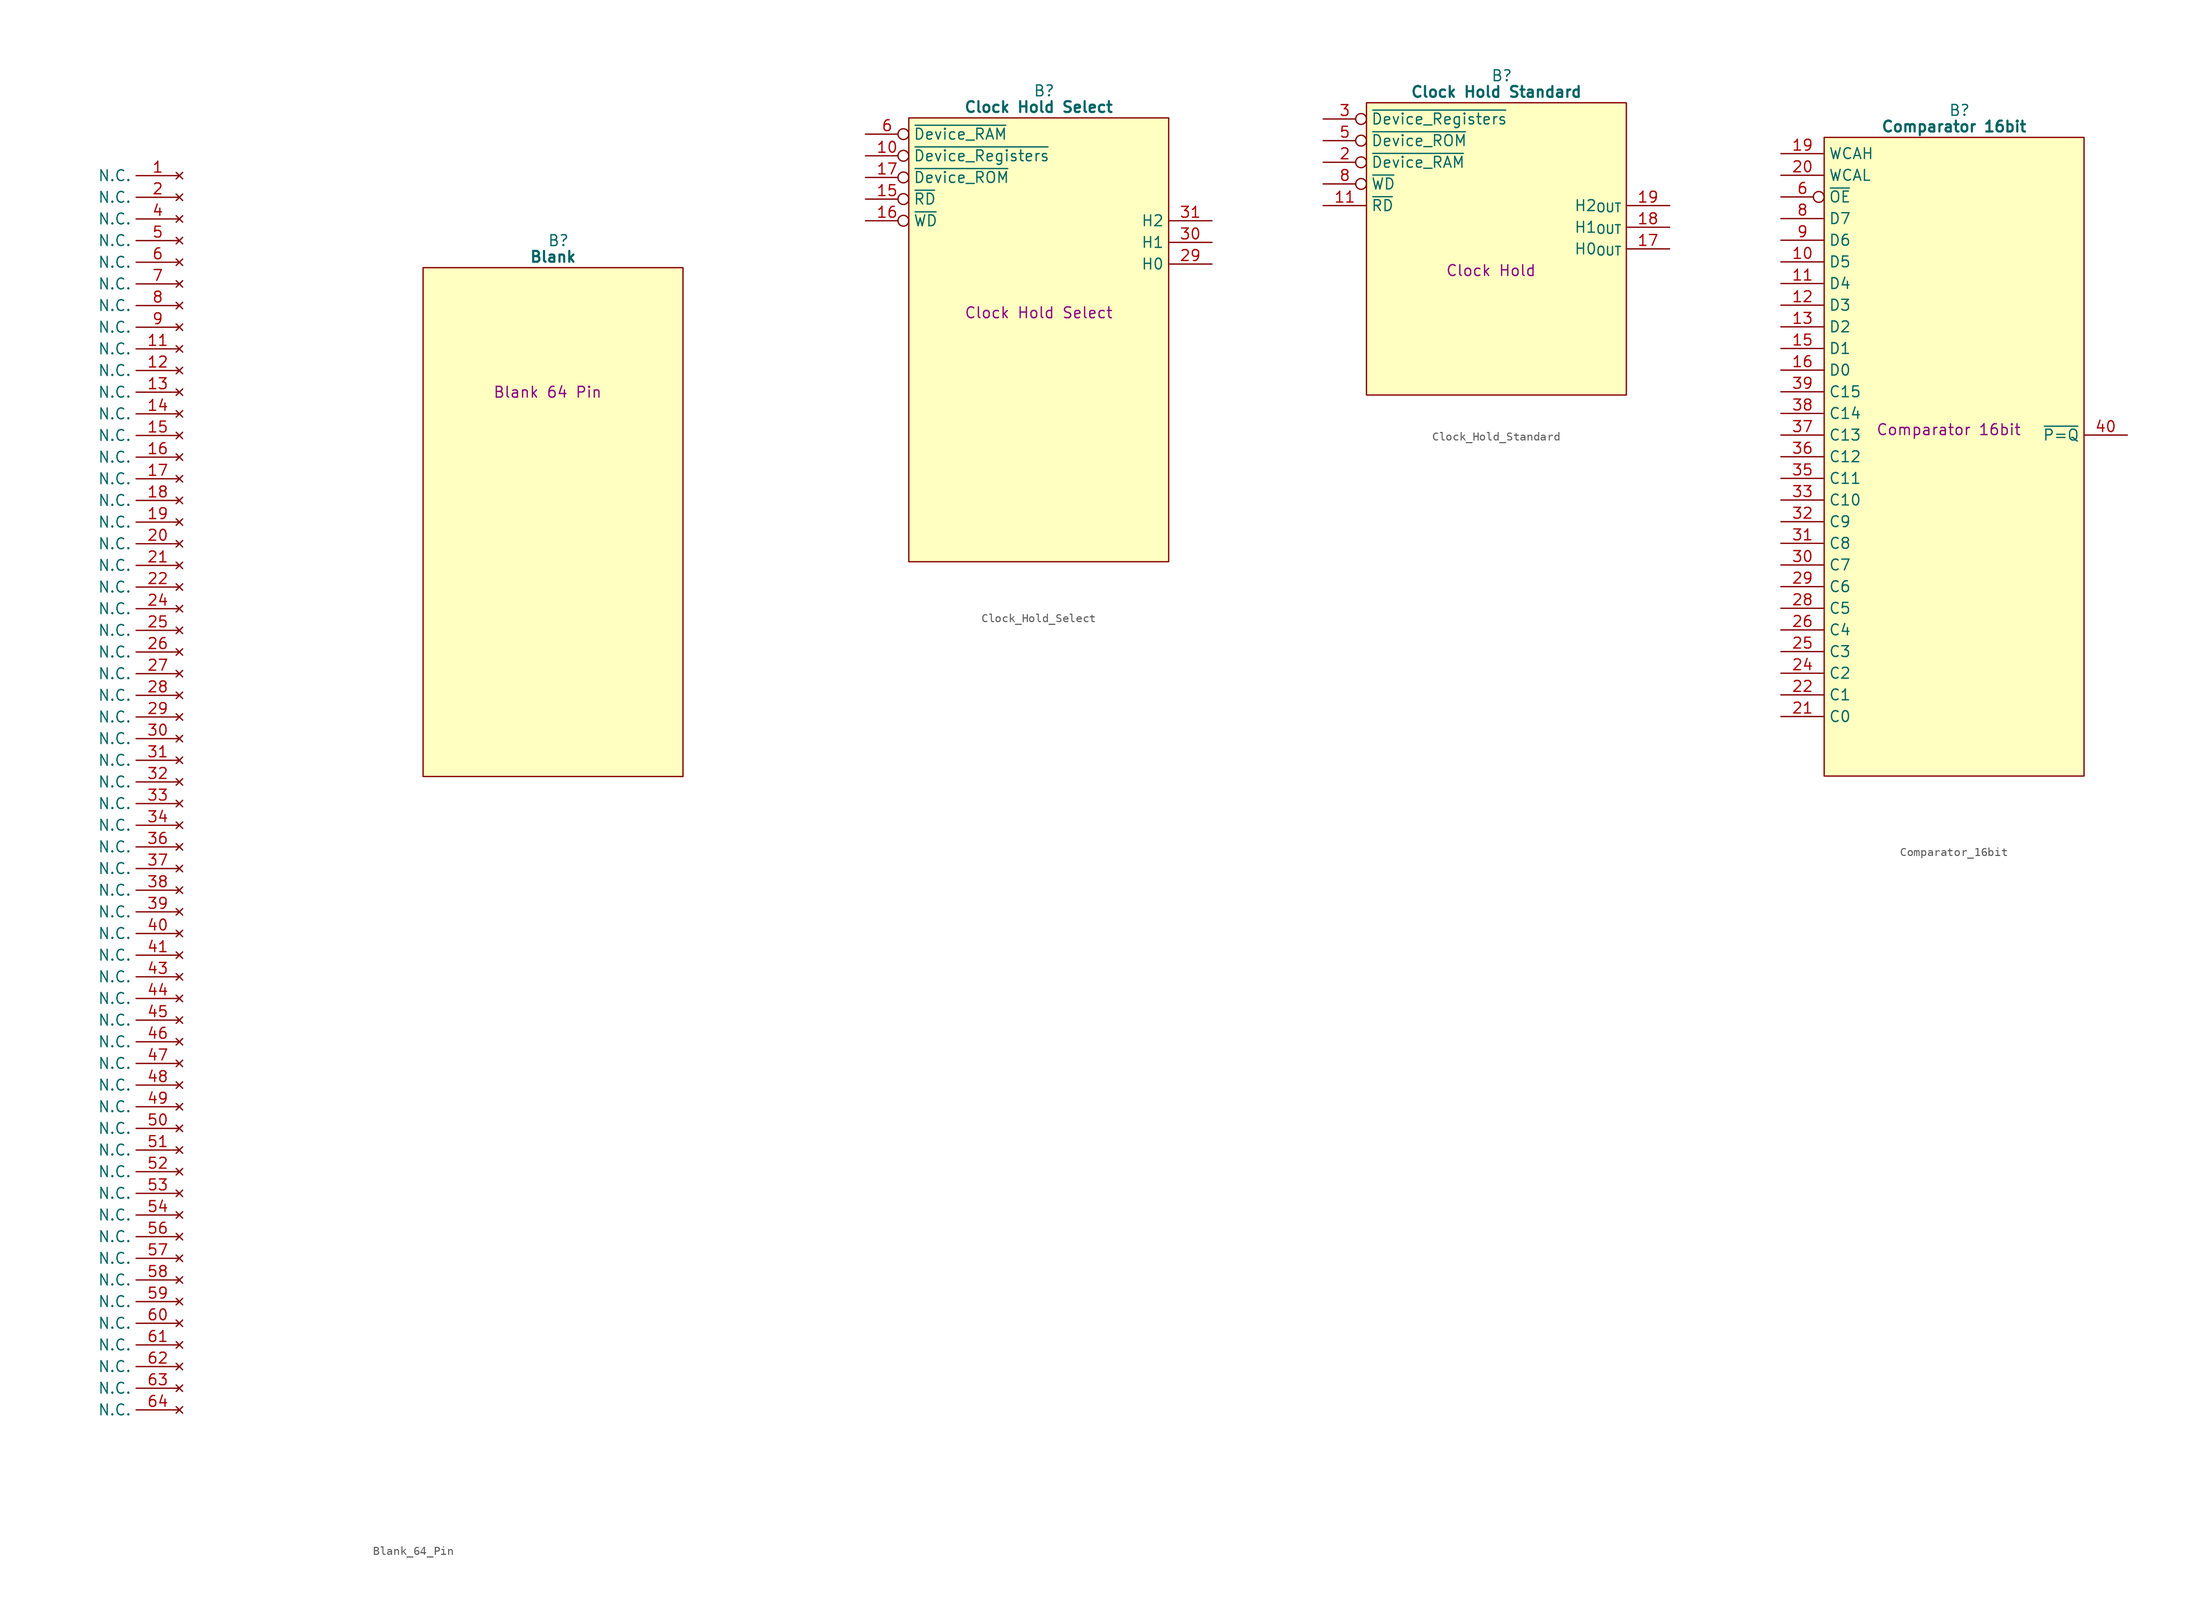
<source format=kicad_sym>
(kicad_symbol_lib
  (version 20220914)
  (generator kicad_symbol_editor)
  (symbol "Blank_64_Pin"
    (property "Reference" "B"
      (at 15.875 5.08 0)
      (effects (font (size 1.27 1.27))))
    (property "Value" "Blank"
      (at 15.24 3.175 0)
      (effects (font (size 1.27 1.27) bold)))
    (property "Description" "Blank 64 Pin"
      (at 14.605 -12.7 0)
      (effects (font (size 1.27 1.27))))
    (symbol "Blank_64_Pin_0_1"
      (polyline (pts (xy 0 1.905) (xy 30.48 1.905) (xy 30.48 -57.785) (xy 0 -57.785) (xy 0 1.905)) (stroke (width 0.152) (type default)) (fill (type background))))
    (symbol "Blank_64_Pin_1_0"
      (pin no_connect line (at -28.575 -58.42 180) (length 5.08) (name "N.C." (effects (font (size 1.27 1.27)))) (number "32" (effects (font (size 1.27 1.27)))))
      (pin no_connect line (at -28.575 -60.96 180) (length 5.08) (name "N.C." (effects (font (size 1.27 1.27)))) (number "33" (effects (font (size 1.27 1.27)))))
      (pin no_connect line (at -28.575 -63.5 180) (length 5.08) (name "N.C." (effects (font (size 1.27 1.27)))) (number "34" (effects (font (size 1.27 1.27)))))
      (pin no_connect line (at -28.575 -66.04 180) (length 5.08) (name "N.C." (effects (font (size 1.27 1.27)))) (number "36" (effects (font (size 1.27 1.27)))))
      (pin no_connect line (at -28.575 -68.58 180) (length 5.08) (name "N.C." (effects (font (size 1.27 1.27)))) (number "37" (effects (font (size 1.27 1.27)))))
      (pin no_connect line (at -28.575 -71.12 180) (length 5.08) (name "N.C." (effects (font (size 1.27 1.27)))) (number "38" (effects (font (size 1.27 1.27)))))
      (pin no_connect line (at -28.575 -73.66 180) (length 5.08) (name "N.C." (effects (font (size 1.27 1.27)))) (number "39" (effects (font (size 1.27 1.27)))))
      (pin no_connect line (at -28.575 -86.36 180) (length 5.08) (name "N.C." (effects (font (size 1.27 1.27)))) (number "45" (effects (font (size 1.27 1.27)))))
      (pin no_connect line (at -28.575 -109.22 180) (length 5.08) (name "N.C." (effects (font (size 1.27 1.27)))) (number "54" (effects (font (size 1.27 1.27)))))
      (pin no_connect line (at -28.575 -111.76 180) (length 5.08) (name "N.C." (effects (font (size 1.27 1.27)))) (number "56" (effects (font (size 1.27 1.27)))))
      (pin no_connect line (at -28.575 -114.3 180) (length 5.08) (name "N.C." (effects (font (size 1.27 1.27)))) (number "57" (effects (font (size 1.27 1.27)))))
      (pin no_connect line (at -28.575 -116.84 180) (length 5.08) (name "N.C." (effects (font (size 1.27 1.27)))) (number "58" (effects (font (size 1.27 1.27)))))
      (pin no_connect line (at -28.575 -119.38 180) (length 5.08) (name "N.C." (effects (font (size 1.27 1.27)))) (number "59" (effects (font (size 1.27 1.27)))))
      (pin no_connect line (at -28.575 -121.92 180) (length 5.08) (name "N.C." (effects (font (size 1.27 1.27)))) (number "60" (effects (font (size 1.27 1.27)))))
      (pin no_connect line (at -28.575 -124.46 180) (length 5.08) (name "N.C." (effects (font (size 1.27 1.27)))) (number "61" (effects (font (size 1.27 1.27))))))
    (symbol "Blank_64_Pin_1_1"
      (pin no_connect line (at -28.575 12.7 180) (length 5.08) (name "N.C." (effects (font (size 1.27 1.27)))) (number "1" (effects (font (size 1.27 1.27)))))
      (pin passive line (at 35.56 0 180) (length 5.08) hide (name "GND" (effects (font (size 1.27 1.27)))) (number "10" (effects (font (size 1.27 1.27)))))
      (pin no_connect line (at -28.575 -7.62 180) (length 5.08) (name "N.C." (effects (font (size 1.27 1.27)))) (number "11" (effects (font (size 1.27 1.27)))))
      (pin no_connect line (at -28.575 -10.16 180) (length 5.08) (name "N.C." (effects (font (size 1.27 1.27)))) (number "12" (effects (font (size 1.27 1.27)))))
      (pin no_connect line (at -28.575 -12.7 180) (length 5.08) (name "N.C." (effects (font (size 1.27 1.27)))) (number "13" (effects (font (size 1.27 1.27)))))
      (pin no_connect line (at -28.575 -15.24 180) (length 5.08) (name "N.C." (effects (font (size 1.27 1.27)))) (number "14" (effects (font (size 1.27 1.27)))))
      (pin no_connect line (at -28.575 -17.78 180) (length 5.08) (name "N.C." (effects (font (size 1.27 1.27)))) (number "15" (effects (font (size 1.27 1.27)))))
      (pin no_connect line (at -28.575 -20.32 180) (length 5.08) (name "N.C." (effects (font (size 1.27 1.27)))) (number "16" (effects (font (size 1.27 1.27)))))
      (pin no_connect line (at -28.575 -22.86 180) (length 5.08) (name "N.C." (effects (font (size 1.27 1.27)))) (number "17" (effects (font (size 1.27 1.27)))))
      (pin no_connect line (at -28.575 -25.4 180) (length 5.08) (name "N.C." (effects (font (size 1.27 1.27)))) (number "18" (effects (font (size 1.27 1.27)))))
      (pin no_connect line (at -28.575 -27.94 180) (length 5.08) (name "N.C." (effects (font (size 1.27 1.27)))) (number "19" (effects (font (size 1.27 1.27)))))
      (pin no_connect line (at -28.575 10.16 180) (length 5.08) (name "N.C." (effects (font (size 1.27 1.27)))) (number "2" (effects (font (size 1.27 1.27)))))
      (pin no_connect line (at -28.575 -30.48 180) (length 5.08) (name "N.C." (effects (font (size 1.27 1.27)))) (number "20" (effects (font (size 1.27 1.27)))))
      (pin no_connect line (at -28.575 -33.02 180) (length 5.08) (name "N.C." (effects (font (size 1.27 1.27)))) (number "21" (effects (font (size 1.27 1.27)))))
      (pin no_connect line (at -28.575 -35.56 180) (length 5.08) (name "N.C." (effects (font (size 1.27 1.27)))) (number "22" (effects (font (size 1.27 1.27)))))
      (pin passive line (at 35.56 -2.54 180) (length 5.08) hide (name "GND" (effects (font (size 1.27 1.27)))) (number "23" (effects (font (size 1.27 1.27)))))
      (pin no_connect line (at -28.575 -38.1 180) (length 5.08) (name "N.C." (effects (font (size 1.27 1.27)))) (number "24" (effects (font (size 1.27 1.27)))))
      (pin no_connect line (at -28.575 -40.64 180) (length 5.08) (name "N.C." (effects (font (size 1.27 1.27)))) (number "25" (effects (font (size 1.27 1.27)))))
      (pin no_connect line (at -28.575 -43.18 180) (length 5.08) (name "N.C." (effects (font (size 1.27 1.27)))) (number "26" (effects (font (size 1.27 1.27)))))
      (pin no_connect line (at -28.575 -45.72 180) (length 5.08) (name "N.C." (effects (font (size 1.27 1.27)))) (number "27" (effects (font (size 1.27 1.27)))))
      (pin no_connect line (at -28.575 -48.26 180) (length 5.08) (name "N.C." (effects (font (size 1.27 1.27)))) (number "28" (effects (font (size 1.27 1.27)))))
      (pin no_connect line (at -28.575 -50.8 180) (length 5.08) (name "N.C." (effects (font (size 1.27 1.27)))) (number "29" (effects (font (size 1.27 1.27)))))
      (pin passive line (at -5.08 -53.34 0) (length 5.08) hide (name "5V" (effects (font (size 1.27 1.27)))) (number "3" (effects (font (size 1.27 1.27)))))
      (pin no_connect line (at -28.575 -53.34 180) (length 5.08) (name "N.C." (effects (font (size 1.27 1.27)))) (number "30" (effects (font (size 1.27 1.27)))))
      (pin no_connect line (at -28.575 -55.88 180) (length 5.08) (name "N.C." (effects (font (size 1.27 1.27)))) (number "31" (effects (font (size 1.27 1.27)))))
      (pin passive line (at -5.08 -55.88 0) (length 5.08) hide (name "5V" (effects (font (size 1.27 1.27)))) (number "35" (effects (font (size 1.27 1.27)))))
      (pin no_connect line (at -28.575 7.62 180) (length 5.08) (name "N.C." (effects (font (size 1.27 1.27)))) (number "4" (effects (font (size 1.27 1.27)))))
      (pin no_connect line (at -28.575 -76.2 180) (length 5.08) (name "N.C." (effects (font (size 1.27 1.27)))) (number "40" (effects (font (size 1.27 1.27)))))
      (pin no_connect line (at -28.575 -78.74 180) (length 5.08) (name "N.C." (effects (font (size 1.27 1.27)))) (number "41" (effects (font (size 1.27 1.27)))))
      (pin passive line (at 35.56 -5.08 180) (length 5.08) hide (name "GND" (effects (font (size 1.27 1.27)))) (number "42" (effects (font (size 1.27 1.27)))))
      (pin no_connect line (at -28.575 -81.28 180) (length 5.08) (name "N.C." (effects (font (size 1.27 1.27)))) (number "43" (effects (font (size 1.27 1.27)))))
      (pin no_connect line (at -28.575 -83.82 180) (length 5.08) (name "N.C." (effects (font (size 1.27 1.27)))) (number "44" (effects (font (size 1.27 1.27)))))
      (pin no_connect line (at -28.575 -88.9 180) (length 5.08) (name "N.C." (effects (font (size 1.27 1.27)))) (number "46" (effects (font (size 1.27 1.27)))))
      (pin no_connect line (at -28.575 -91.44 180) (length 5.08) (name "N.C." (effects (font (size 1.27 1.27)))) (number "47" (effects (font (size 1.27 1.27)))))
      (pin no_connect line (at -28.575 -93.98 180) (length 5.08) (name "N.C." (effects (font (size 1.27 1.27)))) (number "48" (effects (font (size 1.27 1.27)))))
      (pin no_connect line (at -28.575 -96.52 180) (length 5.08) (name "N.C." (effects (font (size 1.27 1.27)))) (number "49" (effects (font (size 1.27 1.27)))))
      (pin no_connect line (at -28.575 5.08 180) (length 5.08) (name "N.C." (effects (font (size 1.27 1.27)))) (number "5" (effects (font (size 1.27 1.27)))))
      (pin no_connect line (at -28.575 -99.06 180) (length 5.08) (name "N.C." (effects (font (size 1.27 1.27)))) (number "50" (effects (font (size 1.27 1.27)))))
      (pin no_connect line (at -28.575 -101.6 180) (length 5.08) (name "N.C." (effects (font (size 1.27 1.27)))) (number "51" (effects (font (size 1.27 1.27)))))
      (pin no_connect line (at -28.575 -104.14 180) (length 5.08) (name "N.C." (effects (font (size 1.27 1.27)))) (number "52" (effects (font (size 1.27 1.27)))))
      (pin no_connect line (at -28.575 -106.68 180) (length 5.08) (name "N.C." (effects (font (size 1.27 1.27)))) (number "53" (effects (font (size 1.27 1.27)))))
      (pin passive line (at 35.56 -7.62 180) (length 5.08) hide (name "GND" (effects (font (size 1.27 1.27)))) (number "55" (effects (font (size 1.27 1.27)))))
      (pin no_connect line (at -28.575 2.54 180) (length 5.08) (name "N.C." (effects (font (size 1.27 1.27)))) (number "6" (effects (font (size 1.27 1.27)))))
      (pin no_connect line (at -28.575 -127 180) (length 5.08) (name "N.C." (effects (font (size 1.27 1.27)))) (number "62" (effects (font (size 1.27 1.27)))))
      (pin no_connect line (at -28.575 -129.54 180) (length 5.08) (name "N.C." (effects (font (size 1.27 1.27)))) (number "63" (effects (font (size 1.27 1.27)))))
      (pin no_connect line (at -28.575 -132.08 180) (length 5.08) (name "N.C." (effects (font (size 1.27 1.27)))) (number "64" (effects (font (size 1.27 1.27)))))
      (pin no_connect line (at -28.575 0 180) (length 5.08) (name "N.C." (effects (font (size 1.27 1.27)))) (number "7" (effects (font (size 1.27 1.27)))))
      (pin no_connect line (at -28.575 -2.54 180) (length 5.08) (name "N.C." (effects (font (size 1.27 1.27)))) (number "8" (effects (font (size 1.27 1.27)))))
      (pin no_connect line (at -28.575 -5.08 180) (length 5.08) (name "N.C." (effects (font (size 1.27 1.27)))) (number "9" (effects (font (size 1.27 1.27)))))))
  (symbol "Clock_Hold_Select"
    (property "Reference" "B"
      (at 15.875 5.08 0)
      (effects (font (size 1.27 1.27))))
    (property "Value" "Clock Hold Select"
      (at 15.24 3.175 0)
      (effects (font (size 1.27 1.27) bold)))
    (property "Description" "Clock Hold Select"
      (at 15.24 -20.955 0)
      (effects (font (size 1.27 1.27))))
    (symbol "Clock_Hold_Select_0_1"
      (polyline (pts (xy 0 1.905) (xy 30.48 1.905) (xy 30.48 -50.165) (xy 0 -50.165) (xy 0 1.905)) (stroke (width 0.152) (type default)) (fill (type background))))
    (symbol "Clock_Hold_Select_1_0"
      (pin no_connect line (at 35.56 -30.48 180) (length 5.08) hide (name "N.C." (effects (font (size 1.27 1.27)))) (number "32" (effects (font (size 1.27 1.27)))))
      (pin no_connect line (at 35.56 -33.02 180) (length 5.08) hide (name "N.C." (effects (font (size 1.27 1.27)))) (number "33" (effects (font (size 1.27 1.27)))))
      (pin passive line (at 35.56 -7.62 180) (length 5.08) hide (name "GND" (effects (font (size 1.27 1.27)))) (number "34" (effects (font (size 1.27 1.27)))))
      (pin no_connect line (at 35.56 -35.56 180) (length 5.08) hide (name "N.C." (effects (font (size 1.27 1.27)))) (number "35" (effects (font (size 1.27 1.27)))))
      (pin no_connect inverted (at 35.56 -38.1 180) (length 5.08) hide (name "N.C." (effects (font (size 1.27 1.27)))) (number "36" (effects (font (size 1.27 1.27)))))
      (pin no_connect line (at 35.56 -40.64 180) (length 5.08) hide (name "N.C." (effects (font (size 1.27 1.27)))) (number "37" (effects (font (size 1.27 1.27)))))
      (pin no_connect line (at 35.56 -43.18 180) (length 5.08) hide (name "N.C." (effects (font (size 1.27 1.27)))) (number "38" (effects (font (size 1.27 1.27)))))
      (pin no_connect line (at 35.56 -45.72 180) (length 5.08) hide (name "N.C." (effects (font (size 1.27 1.27)))) (number "39" (effects (font (size 1.27 1.27))))))
    (symbol "Clock_Hold_Select_1_1"
      (pin no_connect line (at -5.08 -12.7 0) (length 5.08) hide (name "N.C." (effects (font (size 1.27 1.27)))) (number "1" (effects (font (size 1.27 1.27)))))
      (pin input inverted (at -5.08 -2.54 0) (length 5.08) (name "~{Device_Registers}" (effects (font (size 1.27 1.27)))) (number "10" (effects (font (size 1.27 1.27)))))
      (pin no_connect line (at -5.08 -27.94 0) (length 5.08) hide (name "N.C." (effects (font (size 1.27 1.27)))) (number "11" (effects (font (size 1.27 1.27)))))
      (pin no_connect line (at -5.08 -30.48 0) (length 5.08) hide (name "N.C." (effects (font (size 1.27 1.27)))) (number "12" (effects (font (size 1.27 1.27)))))
      (pin no_connect line (at -5.08 -33.02 0) (length 5.08) hide (name "N.C." (effects (font (size 1.27 1.27)))) (number "13" (effects (font (size 1.27 1.27)))))
      (pin passive line (at 35.56 -2.54 180) (length 5.08) hide (name "GND" (effects (font (size 1.27 1.27)))) (number "14" (effects (font (size 1.27 1.27)))))
      (pin input inverted (at -5.08 -7.62 0) (length 5.08) (name "~{RD}" (effects (font (size 1.27 1.27)))) (number "15" (effects (font (size 1.27 1.27)))))
      (pin input inverted (at -5.08 -10.16 0) (length 5.08) (name "~{WD}" (effects (font (size 1.27 1.27)))) (number "16" (effects (font (size 1.27 1.27)))))
      (pin input inverted (at -5.08 -5.08 0) (length 5.08) (name "~{Device_ROM}" (effects (font (size 1.27 1.27)))) (number "17" (effects (font (size 1.27 1.27)))))
      (pin no_connect line (at -5.08 -35.56 0) (length 5.08) hide (name "N.C." (effects (font (size 1.27 1.27)))) (number "18" (effects (font (size 1.27 1.27)))))
      (pin no_connect line (at -5.08 -38.1 0) (length 5.08) hide (name "N.C." (effects (font (size 1.27 1.27)))) (number "19" (effects (font (size 1.27 1.27)))))
      (pin no_connect line (at -5.08 -15.24 0) (length 5.08) hide (name "N.C." (effects (font (size 1.27 1.27)))) (number "2" (effects (font (size 1.27 1.27)))))
      (pin no_connect line (at -5.08 -40.64 0) (length 5.08) hide (name "N.C." (effects (font (size 1.27 1.27)))) (number "20" (effects (font (size 1.27 1.27)))))
      (pin no_connect line (at -5.08 -43.18 0) (length 5.08) hide (name "N.C." (effects (font (size 1.27 1.27)))) (number "21" (effects (font (size 1.27 1.27)))))
      (pin no_connect line (at 35.56 -17.78 180) (length 5.08) hide (name "N.C." (effects (font (size 1.27 1.27)))) (number "22" (effects (font (size 1.27 1.27)))))
      (pin passive line (at -5.08 -48.26 0) (length 5.08) hide (name "5V" (effects (font (size 1.27 1.27)))) (number "23" (effects (font (size 1.27 1.27)))))
      (pin no_connect line (at 35.56 -20.32 180) (length 5.08) hide (name "N.C." (effects (font (size 1.27 1.27)))) (number "24" (effects (font (size 1.27 1.27)))))
      (pin no_connect line (at 35.56 -22.86 180) (length 5.08) hide (name "N.C." (effects (font (size 1.27 1.27)))) (number "25" (effects (font (size 1.27 1.27)))))
      (pin no_connect line (at 35.56 -25.4 180) (length 5.08) hide (name "N.C." (effects (font (size 1.27 1.27)))) (number "26" (effects (font (size 1.27 1.27)))))
      (pin passive line (at 35.56 -5.08 180) (length 5.08) hide (name "GND" (effects (font (size 1.27 1.27)))) (number "27" (effects (font (size 1.27 1.27)))))
      (pin no_connect line (at 35.56 -27.94 180) (length 5.08) hide (name "N.C." (effects (font (size 1.27 1.27)))) (number "28" (effects (font (size 1.27 1.27)))))
      (pin output line (at 35.56 -15.24 180) (length 5.08) (name "H0" (effects (font (size 1.27 1.27)))) (number "29" (effects (font (size 1.27 1.27)))))
      (pin passive line (at -5.08 -45.72 0) (length 5.08) hide (name "5V" (effects (font (size 1.27 1.27)))) (number "3" (effects (font (size 1.27 1.27)))))
      (pin output line (at 35.56 -12.7 180) (length 5.08) (name "H1" (effects (font (size 1.27 1.27)))) (number "30" (effects (font (size 1.27 1.27)))))
      (pin output line (at 35.56 -10.16 180) (length 5.08) (name "H2" (effects (font (size 1.27 1.27)))) (number "31" (effects (font (size 1.27 1.27)))))
      (pin no_connect line (at -5.08 -17.78 0) (length 5.08) hide (name "N.C." (effects (font (size 1.27 1.27)))) (number "4" (effects (font (size 1.27 1.27)))))
      (pin no_connect line (at 35.56 -48.26 180) (length 5.08) hide (name "N.C." (effects (font (size 1.27 1.27)))) (number "40" (effects (font (size 1.27 1.27)))))
      (pin no_connect inverted (at -5.08 -20.32 0) (length 5.08) hide (name "N.C." (effects (font (size 1.27 1.27)))) (number "5" (effects (font (size 1.27 1.27)))))
      (pin input inverted (at -5.08 0 0) (length 5.08) (name "~{Device_RAM}" (effects (font (size 1.27 1.27)))) (number "6" (effects (font (size 1.27 1.27)))))
      (pin passive line (at 35.56 0 180) (length 5.08) hide (name "GND" (effects (font (size 1.27 1.27)))) (number "7" (effects (font (size 1.27 1.27)))))
      (pin no_connect line (at -5.08 -22.86 0) (length 5.08) hide (name "N.C." (effects (font (size 1.27 1.27)))) (number "8" (effects (font (size 1.27 1.27)))))
      (pin no_connect line (at -5.08 -25.4 0) (length 5.08) hide (name "N.C." (effects (font (size 1.27 1.27)))) (number "9" (effects (font (size 1.27 1.27)))))))
  (symbol "Clock_Hold_Standard"
    (property "Reference" "B"
      (at 15.875 5.08 0)
      (effects (font (size 1.27 1.27))))
    (property "Value" "Clock Hold Standard"
      (at 15.24 3.175 0)
      (effects (font (size 1.27 1.27) bold)))
    (property "Description" "Clock Hold"
      (at 14.605 -17.78 0)
      (effects (font (size 1.27 1.27))))
    (symbol "Clock_Hold_Standard_0_1"
      (polyline (pts (xy 0 1.905) (xy 30.48 1.905) (xy 30.48 -32.385) (xy 0 -32.385) (xy 0 1.905)) (stroke (width 0.152) (type default)) (fill (type background))))
    (symbol "Clock_Hold_Standard_1_1"
      (pin passive line (at -5.08 -27.94 0) (length 5.08) hide (name "5V" (effects (font (size 1.27 1.27)))) (number "1" (effects (font (size 1.27 1.27)))))
      (pin no_connect clock (at -5.08 -15.24 0) (length 5.08) hide (name "N.C." (effects (font (size 1.27 1.27)))) (number "10" (effects (font (size 1.27 1.27)))))
      (pin input line (at -5.08 -10.16 0) (length 5.08) (name "~{RD}" (effects (font (size 1.27 1.27)))) (number "11" (effects (font (size 1.27 1.27)))))
      (pin no_connect line (at -5.08 -17.78 0) (length 5.08) hide (name "N.C." (effects (font (size 1.27 1.27)))) (number "12" (effects (font (size 1.27 1.27)))))
      (pin passive line (at -5.08 -30.48 0) (length 5.08) hide (name "5V" (effects (font (size 1.27 1.27)))) (number "13" (effects (font (size 1.27 1.27)))))
      (pin no_connect line (at -5.08 -20.32 0) (length 5.08) hide (name "N.C." (effects (font (size 1.27 1.27)))) (number "14" (effects (font (size 1.27 1.27)))))
      (pin no_connect line (at 35.56 -30.48 180) (length 5.08) hide (name "N.C." (effects (font (size 1.27 1.27)))) (number "15" (effects (font (size 1.27 1.27)))))
      (pin passive line (at 35.56 -5.08 180) (length 5.08) hide (name "GND" (effects (font (size 1.27 1.27)))) (number "16" (effects (font (size 1.27 1.27)))))
      (pin output line (at 35.56 -15.24 180) (length 5.08) (name "H0_{OUT}" (effects (font (size 1.27 1.27)))) (number "17" (effects (font (size 1.27 1.27)))))
      (pin output line (at 35.56 -12.7 180) (length 5.08) (name "H1_{OUT}" (effects (font (size 1.27 1.27)))) (number "18" (effects (font (size 1.27 1.27)))))
      (pin output line (at 35.56 -10.16 180) (length 5.08) (name "H2_{OUT}" (effects (font (size 1.27 1.27)))) (number "19" (effects (font (size 1.27 1.27)))))
      (pin input inverted (at -5.08 -5.08 0) (length 5.08) (name "~{Device_RAM}" (effects (font (size 1.27 1.27)))) (number "2" (effects (font (size 1.27 1.27)))))
      (pin no_connect line (at 35.56 -22.86 180) (length 5.08) hide (name "N.C." (effects (font (size 1.27 1.27)))) (number "20" (effects (font (size 1.27 1.27)))))
      (pin passive line (at 35.56 -7.62 180) (length 5.08) hide (name "GND" (effects (font (size 1.27 1.27)))) (number "21" (effects (font (size 1.27 1.27)))))
      (pin no_connect line (at -5.08 -22.86 0) (length 5.08) hide (name "N.C." (effects (font (size 1.27 1.27)))) (number "22" (effects (font (size 1.27 1.27)))))
      (pin no_connect line (at 35.56 -27.94 180) (length 5.08) hide (name "N.C." (effects (font (size 1.27 1.27)))) (number "23" (effects (font (size 1.27 1.27)))))
      (pin no_connect line (at 35.56 -25.4 180) (length 5.08) hide (name "N.C." (effects (font (size 1.27 1.27)))) (number "24" (effects (font (size 1.27 1.27)))))
      (pin input inverted (at -5.08 0 0) (length 5.08) (name "~{Device_Registers}" (effects (font (size 1.27 1.27)))) (number "3" (effects (font (size 1.27 1.27)))))
      (pin passive line (at 35.56 0 180) (length 5.08) hide (name "GND" (effects (font (size 1.27 1.27)))) (number "4" (effects (font (size 1.27 1.27)))))
      (pin input inverted (at -5.08 -2.54 0) (length 5.08) (name "~{Device_ROM}" (effects (font (size 1.27 1.27)))) (number "5" (effects (font (size 1.27 1.27)))))
      (pin no_connect line (at -5.08 -12.7 0) (length 5.08) hide (name "N.C." (effects (font (size 1.27 1.27)))) (number "6" (effects (font (size 1.27 1.27)))))
      (pin no_connect line (at 35.56 -20.32 180) (length 5.08) hide (name "N.C." (effects (font (size 1.27 1.27)))) (number "7" (effects (font (size 1.27 1.27)))))
      (pin input inverted (at -5.08 -7.62 0) (length 5.08) (name "~{WD}" (effects (font (size 1.27 1.27)))) (number "8" (effects (font (size 1.27 1.27)))))
      (pin passive line (at 35.56 -2.54 180) (length 5.08) hide (name "GND" (effects (font (size 1.27 1.27)))) (number "9" (effects (font (size 1.27 1.27)))))))
  (symbol "Comparator_16bit"
    (property "Reference" "B"
      (at 15.875 5.08 0)
      (effects (font (size 1.27 1.27))))
    (property "Value" "Comparator 16bit"
      (at 15.24 3.175 0)
      (effects (font (size 1.27 1.27) bold)))
    (property "Description" "Comparator 16bit"
      (at 14.605 -32.385 0)
      (effects (font (size 1.27 1.27))))
    (symbol "Comparator_16bit_0_1"
      (polyline (pts (xy 0 1.905) (xy 30.48 1.905) (xy 30.48 -73.025) (xy 0 -73.025) (xy 0 1.905)) (stroke (width 0.152) (type default)) (fill (type background))))
    (symbol "Comparator_16bit_1_0"
      (pin input line (at -5.08 -43.18 0) (length 5.08) (name "C9" (effects (font (size 1.27 1.27)))) (number "32" (effects (font (size 1.27 1.27)))))
      (pin input line (at -5.08 -40.64 0) (length 5.08) (name "C10" (effects (font (size 1.27 1.27)))) (number "33" (effects (font (size 1.27 1.27)))))
      (pin passive line (at 35.56 -7.62 180) (length 5.08) hide (name "GND" (effects (font (size 1.27 1.27)))) (number "34" (effects (font (size 1.27 1.27)))))
      (pin input line (at -5.08 -38.1 0) (length 5.08) (name "C11" (effects (font (size 1.27 1.27)))) (number "35" (effects (font (size 1.27 1.27)))))
      (pin input line (at -5.08 -35.56 0) (length 5.08) (name "C12" (effects (font (size 1.27 1.27)))) (number "36" (effects (font (size 1.27 1.27)))))
      (pin input line (at -5.08 -33.02 0) (length 5.08) (name "C13" (effects (font (size 1.27 1.27)))) (number "37" (effects (font (size 1.27 1.27)))))
      (pin input line (at -5.08 -30.48 0) (length 5.08) (name "C14" (effects (font (size 1.27 1.27)))) (number "38" (effects (font (size 1.27 1.27)))))
      (pin input line (at -5.08 -27.94 0) (length 5.08) (name "C15" (effects (font (size 1.27 1.27)))) (number "39" (effects (font (size 1.27 1.27))))))
    (symbol "Comparator_16bit_1_1"
      (pin no_connect line (at 35.56 -10.16 180) (length 5.08) hide (name "N.C." (effects (font (size 1.27 1.27)))) (number "1" (effects (font (size 1.27 1.27)))))
      (pin input line (at -5.08 -12.7 0) (length 5.08) (name "D5" (effects (font (size 1.27 1.27)))) (number "10" (effects (font (size 1.27 1.27)))))
      (pin input line (at -5.08 -15.24 0) (length 5.08) (name "D4" (effects (font (size 1.27 1.27)))) (number "11" (effects (font (size 1.27 1.27)))))
      (pin input line (at -5.08 -17.78 0) (length 5.08) (name "D3" (effects (font (size 1.27 1.27)))) (number "12" (effects (font (size 1.27 1.27)))))
      (pin input line (at -5.08 -20.32 0) (length 5.08) (name "D2" (effects (font (size 1.27 1.27)))) (number "13" (effects (font (size 1.27 1.27)))))
      (pin passive line (at 35.56 -2.54 180) (length 5.08) hide (name "GND" (effects (font (size 1.27 1.27)))) (number "14" (effects (font (size 1.27 1.27)))))
      (pin input line (at -5.08 -22.86 0) (length 5.08) (name "D1" (effects (font (size 1.27 1.27)))) (number "15" (effects (font (size 1.27 1.27)))))
      (pin input line (at -5.08 -25.4 0) (length 5.08) (name "D0" (effects (font (size 1.27 1.27)))) (number "16" (effects (font (size 1.27 1.27)))))
      (pin no_connect line (at 35.56 -20.32 180) (length 5.08) hide (name "N.C." (effects (font (size 1.27 1.27)))) (number "17" (effects (font (size 1.27 1.27)))))
      (pin no_connect line (at 35.56 -22.86 180) (length 5.08) hide (name "N.C." (effects (font (size 1.27 1.27)))) (number "18" (effects (font (size 1.27 1.27)))))
      (pin input line (at -5.08 0 0) (length 5.08) (name "WCAH" (effects (font (size 1.27 1.27)))) (number "19" (effects (font (size 1.27 1.27)))))
      (pin no_connect line (at 35.56 -12.7 180) (length 5.08) hide (name "N.C." (effects (font (size 1.27 1.27)))) (number "2" (effects (font (size 1.27 1.27)))))
      (pin input line (at -5.08 -2.54 0) (length 5.08) (name "WCAL" (effects (font (size 1.27 1.27)))) (number "20" (effects (font (size 1.27 1.27)))))
      (pin input line (at -5.08 -66.04 0) (length 5.08) (name "C0" (effects (font (size 1.27 1.27)))) (number "21" (effects (font (size 1.27 1.27)))))
      (pin input line (at -5.08 -63.5 0) (length 5.08) (name "C1" (effects (font (size 1.27 1.27)))) (number "22" (effects (font (size 1.27 1.27)))))
      (pin passive line (at -5.08 -71.12 0) (length 5.08) hide (name "5V" (effects (font (size 1.27 1.27)))) (number "23" (effects (font (size 1.27 1.27)))))
      (pin input line (at -5.08 -60.96 0) (length 5.08) (name "C2" (effects (font (size 1.27 1.27)))) (number "24" (effects (font (size 1.27 1.27)))))
      (pin input line (at -5.08 -58.42 0) (length 5.08) (name "C3" (effects (font (size 1.27 1.27)))) (number "25" (effects (font (size 1.27 1.27)))))
      (pin input line (at -5.08 -55.88 0) (length 5.08) (name "C4" (effects (font (size 1.27 1.27)))) (number "26" (effects (font (size 1.27 1.27)))))
      (pin passive line (at 35.56 -5.08 180) (length 5.08) hide (name "GND" (effects (font (size 1.27 1.27)))) (number "27" (effects (font (size 1.27 1.27)))))
      (pin input line (at -5.08 -53.34 0) (length 5.08) (name "C5" (effects (font (size 1.27 1.27)))) (number "28" (effects (font (size 1.27 1.27)))))
      (pin input line (at -5.08 -50.8 0) (length 5.08) (name "C6" (effects (font (size 1.27 1.27)))) (number "29" (effects (font (size 1.27 1.27)))))
      (pin passive line (at -5.08 -68.58 0) (length 5.08) hide (name "5V" (effects (font (size 1.27 1.27)))) (number "3" (effects (font (size 1.27 1.27)))))
      (pin input line (at -5.08 -48.26 0) (length 5.08) (name "C7" (effects (font (size 1.27 1.27)))) (number "30" (effects (font (size 1.27 1.27)))))
      (pin input line (at -5.08 -45.72 0) (length 5.08) (name "C8" (effects (font (size 1.27 1.27)))) (number "31" (effects (font (size 1.27 1.27)))))
      (pin no_connect line (at 35.56 -15.24 180) (length 5.08) hide (name "N.C." (effects (font (size 1.27 1.27)))) (number "4" (effects (font (size 1.27 1.27)))))
      (pin output line (at 35.56 -33.02 180) (length 5.08) (name "~{P=Q}" (effects (font (size 1.27 1.27)))) (number "40" (effects (font (size 1.27 1.27)))))
      (pin no_connect line (at 35.56 -17.78 180) (length 5.08) hide (name "N.C." (effects (font (size 1.27 1.27)))) (number "5" (effects (font (size 1.27 1.27)))))
      (pin input inverted (at -5.08 -5.08 0) (length 5.08) (name "~{OE}" (effects (font (size 1.27 1.27)))) (number "6" (effects (font (size 1.27 1.27)))))
      (pin passive line (at 35.56 0 180) (length 5.08) hide (name "GND" (effects (font (size 1.27 1.27)))) (number "7" (effects (font (size 1.27 1.27)))))
      (pin input line (at -5.08 -7.62 0) (length 5.08) (name "D7" (effects (font (size 1.27 1.27)))) (number "8" (effects (font (size 1.27 1.27)))))
      (pin input line (at -5.08 -10.16 0) (length 5.08) (name "D6" (effects (font (size 1.27 1.27)))) (number "9" (effects (font (size 1.27 1.27))))))))
</source>
